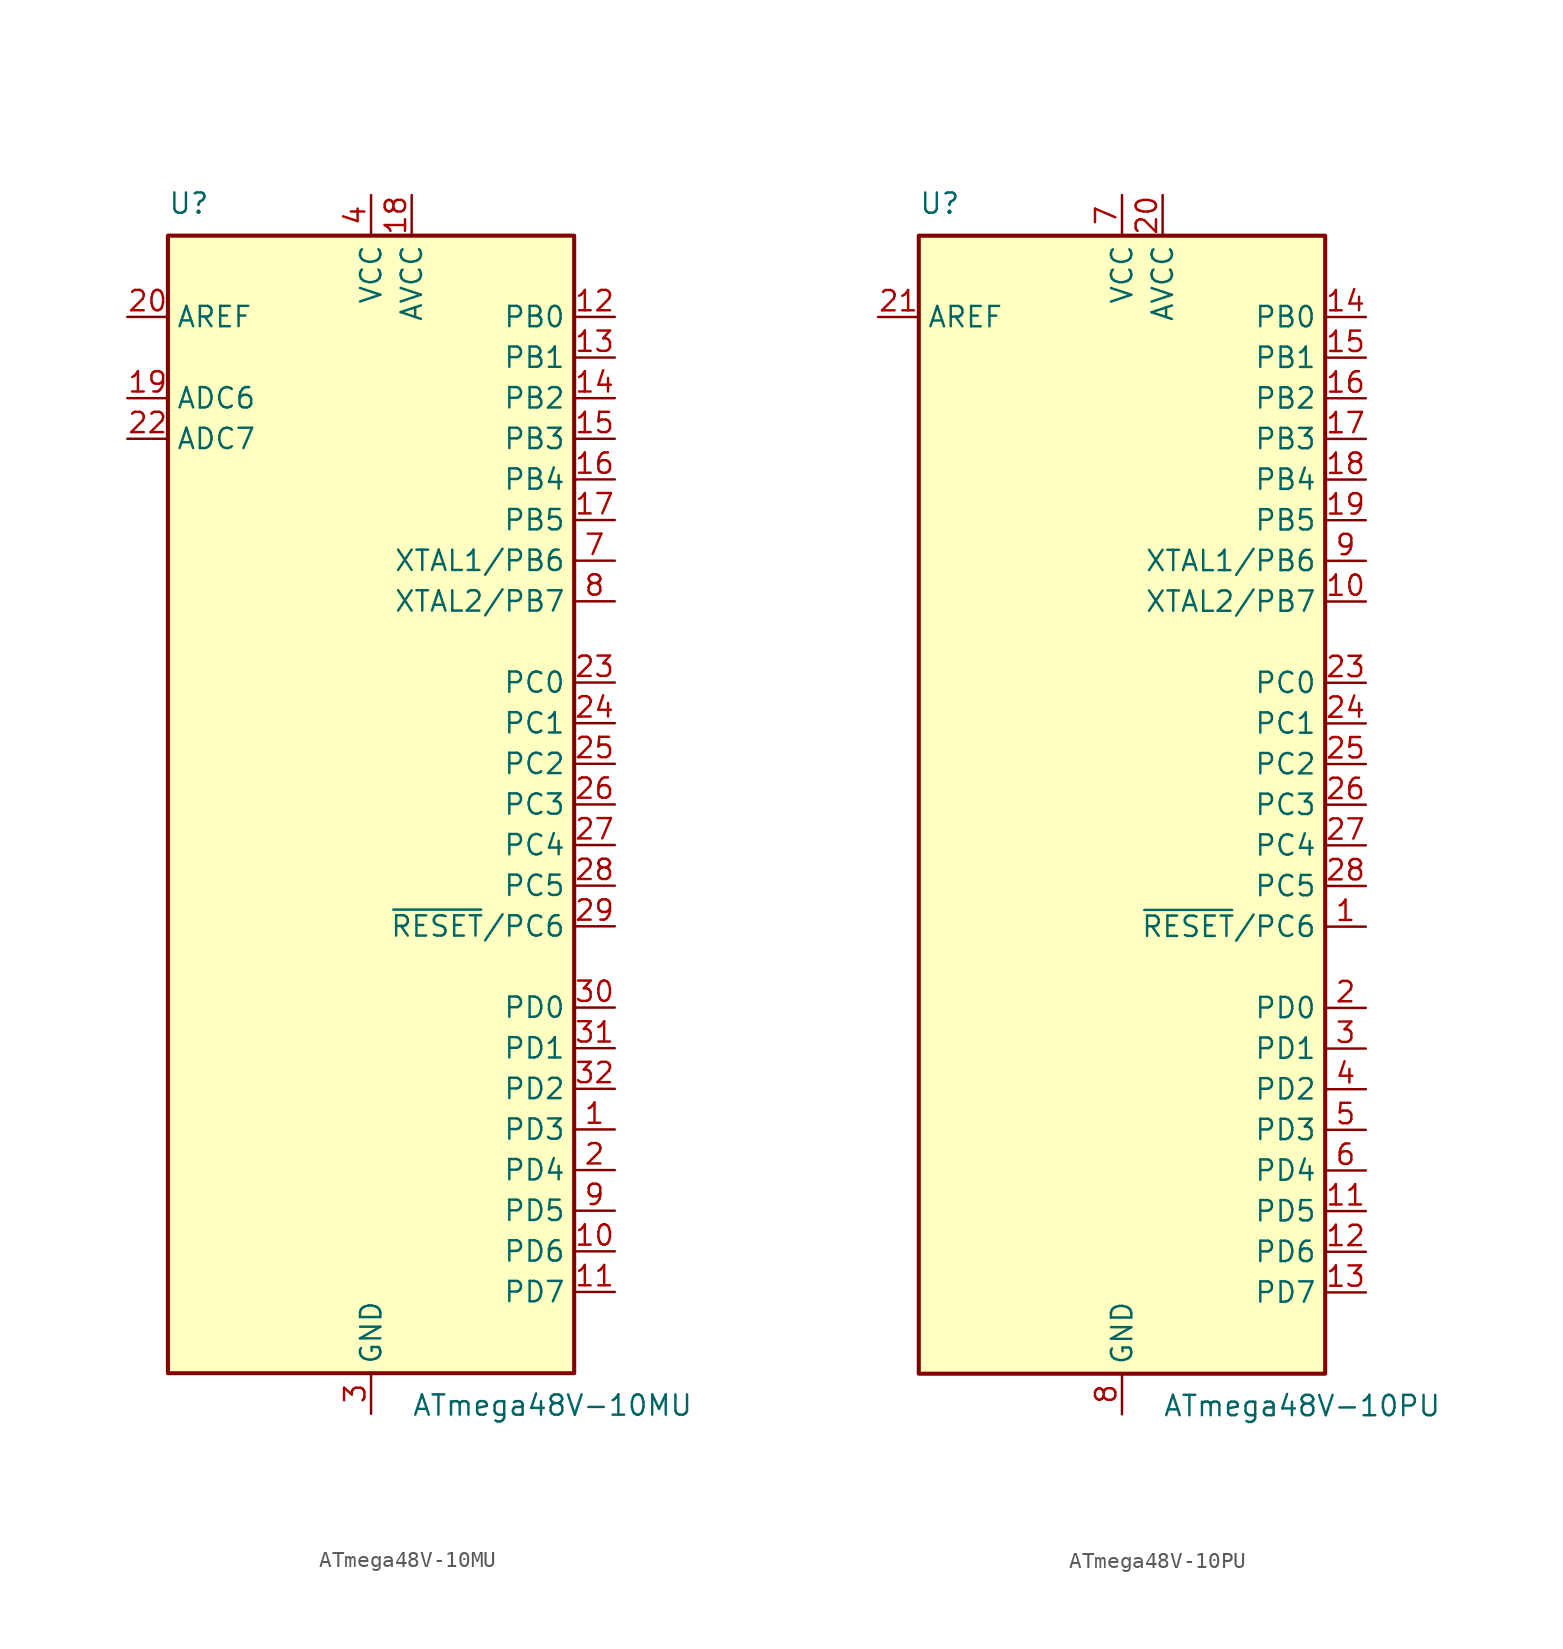
<source format=kicad_sym>
(kicad_symbol_lib
  (version 20211014)
  (generator kicad_symbol_editor)
  (symbol "ATmega48V-10MU"
    (property "Reference" "U"
      (at -12.7 36.83 0)
      (effects (font (size 1.27 1.27)) (justify left bottom)))
    (property "Value" "ATmega48V-10MU"
      (at 2.54 -36.83 0)
      (effects (font (size 1.27 1.27)) (justify left top)))
    (symbol "ATmega48V-10MU_0_1"
      (rectangle (start -12.7 -35.56) (end 12.7 35.56) (stroke (width 0.254) (type default) (color 0 0 0 0)) (fill (type background))))
    (symbol "ATmega48V-10MU_1_1"
      (pin bidirectional line (at 15.24 -20.32 180) (length 2.54) (name "PD3" (effects (font (size 1.27 1.27)))) (number "1" (effects (font (size 1.27 1.27)))))
      (pin bidirectional line (at 15.24 -27.94 180) (length 2.54) (name "PD6" (effects (font (size 1.27 1.27)))) (number "10" (effects (font (size 1.27 1.27)))))
      (pin bidirectional line (at 15.24 -30.48 180) (length 2.54) (name "PD7" (effects (font (size 1.27 1.27)))) (number "11" (effects (font (size 1.27 1.27)))))
      (pin bidirectional line (at 15.24 30.48 180) (length 2.54) (name "PB0" (effects (font (size 1.27 1.27)))) (number "12" (effects (font (size 1.27 1.27)))))
      (pin bidirectional line (at 15.24 27.94 180) (length 2.54) (name "PB1" (effects (font (size 1.27 1.27)))) (number "13" (effects (font (size 1.27 1.27)))))
      (pin bidirectional line (at 15.24 25.4 180) (length 2.54) (name "PB2" (effects (font (size 1.27 1.27)))) (number "14" (effects (font (size 1.27 1.27)))))
      (pin bidirectional line (at 15.24 22.86 180) (length 2.54) (name "PB3" (effects (font (size 1.27 1.27)))) (number "15" (effects (font (size 1.27 1.27)))))
      (pin bidirectional line (at 15.24 20.32 180) (length 2.54) (name "PB4" (effects (font (size 1.27 1.27)))) (number "16" (effects (font (size 1.27 1.27)))))
      (pin bidirectional line (at 15.24 17.78 180) (length 2.54) (name "PB5" (effects (font (size 1.27 1.27)))) (number "17" (effects (font (size 1.27 1.27)))))
      (pin power_in line (at 2.54 38.1 270) (length 2.54) (name "AVCC" (effects (font (size 1.27 1.27)))) (number "18" (effects (font (size 1.27 1.27)))))
      (pin input line (at -15.24 25.4 0) (length 2.54) (name "ADC6" (effects (font (size 1.27 1.27)))) (number "19" (effects (font (size 1.27 1.27)))))
      (pin bidirectional line (at 15.24 -22.86 180) (length 2.54) (name "PD4" (effects (font (size 1.27 1.27)))) (number "2" (effects (font (size 1.27 1.27)))))
      (pin passive line (at -15.24 30.48 0) (length 2.54) (name "AREF" (effects (font (size 1.27 1.27)))) (number "20" (effects (font (size 1.27 1.27)))))
      (pin passive line (at 0 -38.1 90) (length 2.54) hide (name "GND" (effects (font (size 1.27 1.27)))) (number "21" (effects (font (size 1.27 1.27)))))
      (pin input line (at -15.24 22.86 0) (length 2.54) (name "ADC7" (effects (font (size 1.27 1.27)))) (number "22" (effects (font (size 1.27 1.27)))))
      (pin bidirectional line (at 15.24 7.62 180) (length 2.54) (name "PC0" (effects (font (size 1.27 1.27)))) (number "23" (effects (font (size 1.27 1.27)))))
      (pin bidirectional line (at 15.24 5.08 180) (length 2.54) (name "PC1" (effects (font (size 1.27 1.27)))) (number "24" (effects (font (size 1.27 1.27)))))
      (pin bidirectional line (at 15.24 2.54 180) (length 2.54) (name "PC2" (effects (font (size 1.27 1.27)))) (number "25" (effects (font (size 1.27 1.27)))))
      (pin bidirectional line (at 15.24 0 180) (length 2.54) (name "PC3" (effects (font (size 1.27 1.27)))) (number "26" (effects (font (size 1.27 1.27)))))
      (pin bidirectional line (at 15.24 -2.54 180) (length 2.54) (name "PC4" (effects (font (size 1.27 1.27)))) (number "27" (effects (font (size 1.27 1.27)))))
      (pin bidirectional line (at 15.24 -5.08 180) (length 2.54) (name "PC5" (effects (font (size 1.27 1.27)))) (number "28" (effects (font (size 1.27 1.27)))))
      (pin bidirectional line (at 15.24 -7.62 180) (length 2.54) (name "~{RESET}/PC6" (effects (font (size 1.27 1.27)))) (number "29" (effects (font (size 1.27 1.27)))))
      (pin power_in line (at 0 -38.1 90) (length 2.54) (name "GND" (effects (font (size 1.27 1.27)))) (number "3" (effects (font (size 1.27 1.27)))))
      (pin bidirectional line (at 15.24 -12.7 180) (length 2.54) (name "PD0" (effects (font (size 1.27 1.27)))) (number "30" (effects (font (size 1.27 1.27)))))
      (pin bidirectional line (at 15.24 -15.24 180) (length 2.54) (name "PD1" (effects (font (size 1.27 1.27)))) (number "31" (effects (font (size 1.27 1.27)))))
      (pin bidirectional line (at 15.24 -17.78 180) (length 2.54) (name "PD2" (effects (font (size 1.27 1.27)))) (number "32" (effects (font (size 1.27 1.27)))))
      (pin passive line (at 0 -38.1 90) (length 2.54) hide (name "GND" (effects (font (size 1.27 1.27)))) (number "33" (effects (font (size 1.27 1.27)))))
      (pin power_in line (at 0 38.1 270) (length 2.54) (name "VCC" (effects (font (size 1.27 1.27)))) (number "4" (effects (font (size 1.27 1.27)))))
      (pin passive line (at 0 -38.1 90) (length 2.54) hide (name "GND" (effects (font (size 1.27 1.27)))) (number "5" (effects (font (size 1.27 1.27)))))
      (pin passive line (at 0 38.1 270) (length 2.54) hide (name "VCC" (effects (font (size 1.27 1.27)))) (number "6" (effects (font (size 1.27 1.27)))))
      (pin bidirectional line (at 15.24 15.24 180) (length 2.54) (name "XTAL1/PB6" (effects (font (size 1.27 1.27)))) (number "7" (effects (font (size 1.27 1.27)))))
      (pin bidirectional line (at 15.24 12.7 180) (length 2.54) (name "XTAL2/PB7" (effects (font (size 1.27 1.27)))) (number "8" (effects (font (size 1.27 1.27)))))
      (pin bidirectional line (at 15.24 -25.4 180) (length 2.54) (name "PD5" (effects (font (size 1.27 1.27)))) (number "9" (effects (font (size 1.27 1.27)))))))
  (symbol "ATmega48V-10PU"
    (property "Reference" "U"
      (at -12.7 36.83 0)
      (effects (font (size 1.27 1.27)) (justify left bottom)))
    (property "Value" "ATmega48V-10PU"
      (at 2.54 -36.83 0)
      (effects (font (size 1.27 1.27)) (justify left top)))
    (symbol "ATmega48V-10PU_0_1"
      (rectangle (start -12.7 -35.56) (end 12.7 35.56) (stroke (width 0.254) (type default) (color 0 0 0 0)) (fill (type background))))
    (symbol "ATmega48V-10PU_1_1"
      (pin bidirectional line (at 15.24 -7.62 180) (length 2.54) (name "~{RESET}/PC6" (effects (font (size 1.27 1.27)))) (number "1" (effects (font (size 1.27 1.27)))))
      (pin bidirectional line (at 15.24 12.7 180) (length 2.54) (name "XTAL2/PB7" (effects (font (size 1.27 1.27)))) (number "10" (effects (font (size 1.27 1.27)))))
      (pin bidirectional line (at 15.24 -25.4 180) (length 2.54) (name "PD5" (effects (font (size 1.27 1.27)))) (number "11" (effects (font (size 1.27 1.27)))))
      (pin bidirectional line (at 15.24 -27.94 180) (length 2.54) (name "PD6" (effects (font (size 1.27 1.27)))) (number "12" (effects (font (size 1.27 1.27)))))
      (pin bidirectional line (at 15.24 -30.48 180) (length 2.54) (name "PD7" (effects (font (size 1.27 1.27)))) (number "13" (effects (font (size 1.27 1.27)))))
      (pin bidirectional line (at 15.24 30.48 180) (length 2.54) (name "PB0" (effects (font (size 1.27 1.27)))) (number "14" (effects (font (size 1.27 1.27)))))
      (pin bidirectional line (at 15.24 27.94 180) (length 2.54) (name "PB1" (effects (font (size 1.27 1.27)))) (number "15" (effects (font (size 1.27 1.27)))))
      (pin bidirectional line (at 15.24 25.4 180) (length 2.54) (name "PB2" (effects (font (size 1.27 1.27)))) (number "16" (effects (font (size 1.27 1.27)))))
      (pin bidirectional line (at 15.24 22.86 180) (length 2.54) (name "PB3" (effects (font (size 1.27 1.27)))) (number "17" (effects (font (size 1.27 1.27)))))
      (pin bidirectional line (at 15.24 20.32 180) (length 2.54) (name "PB4" (effects (font (size 1.27 1.27)))) (number "18" (effects (font (size 1.27 1.27)))))
      (pin bidirectional line (at 15.24 17.78 180) (length 2.54) (name "PB5" (effects (font (size 1.27 1.27)))) (number "19" (effects (font (size 1.27 1.27)))))
      (pin bidirectional line (at 15.24 -12.7 180) (length 2.54) (name "PD0" (effects (font (size 1.27 1.27)))) (number "2" (effects (font (size 1.27 1.27)))))
      (pin power_in line (at 2.54 38.1 270) (length 2.54) (name "AVCC" (effects (font (size 1.27 1.27)))) (number "20" (effects (font (size 1.27 1.27)))))
      (pin passive line (at -15.24 30.48 0) (length 2.54) (name "AREF" (effects (font (size 1.27 1.27)))) (number "21" (effects (font (size 1.27 1.27)))))
      (pin passive line (at 0 -38.1 90) (length 2.54) hide (name "GND" (effects (font (size 1.27 1.27)))) (number "22" (effects (font (size 1.27 1.27)))))
      (pin bidirectional line (at 15.24 7.62 180) (length 2.54) (name "PC0" (effects (font (size 1.27 1.27)))) (number "23" (effects (font (size 1.27 1.27)))))
      (pin bidirectional line (at 15.24 5.08 180) (length 2.54) (name "PC1" (effects (font (size 1.27 1.27)))) (number "24" (effects (font (size 1.27 1.27)))))
      (pin bidirectional line (at 15.24 2.54 180) (length 2.54) (name "PC2" (effects (font (size 1.27 1.27)))) (number "25" (effects (font (size 1.27 1.27)))))
      (pin bidirectional line (at 15.24 0 180) (length 2.54) (name "PC3" (effects (font (size 1.27 1.27)))) (number "26" (effects (font (size 1.27 1.27)))))
      (pin bidirectional line (at 15.24 -2.54 180) (length 2.54) (name "PC4" (effects (font (size 1.27 1.27)))) (number "27" (effects (font (size 1.27 1.27)))))
      (pin bidirectional line (at 15.24 -5.08 180) (length 2.54) (name "PC5" (effects (font (size 1.27 1.27)))) (number "28" (effects (font (size 1.27 1.27)))))
      (pin bidirectional line (at 15.24 -15.24 180) (length 2.54) (name "PD1" (effects (font (size 1.27 1.27)))) (number "3" (effects (font (size 1.27 1.27)))))
      (pin bidirectional line (at 15.24 -17.78 180) (length 2.54) (name "PD2" (effects (font (size 1.27 1.27)))) (number "4" (effects (font (size 1.27 1.27)))))
      (pin bidirectional line (at 15.24 -20.32 180) (length 2.54) (name "PD3" (effects (font (size 1.27 1.27)))) (number "5" (effects (font (size 1.27 1.27)))))
      (pin bidirectional line (at 15.24 -22.86 180) (length 2.54) (name "PD4" (effects (font (size 1.27 1.27)))) (number "6" (effects (font (size 1.27 1.27)))))
      (pin power_in line (at 0 38.1 270) (length 2.54) (name "VCC" (effects (font (size 1.27 1.27)))) (number "7" (effects (font (size 1.27 1.27)))))
      (pin power_in line (at 0 -38.1 90) (length 2.54) (name "GND" (effects (font (size 1.27 1.27)))) (number "8" (effects (font (size 1.27 1.27)))))
      (pin bidirectional line (at 15.24 15.24 180) (length 2.54) (name "XTAL1/PB6" (effects (font (size 1.27 1.27)))) (number "9" (effects (font (size 1.27 1.27))))))))
</source>
